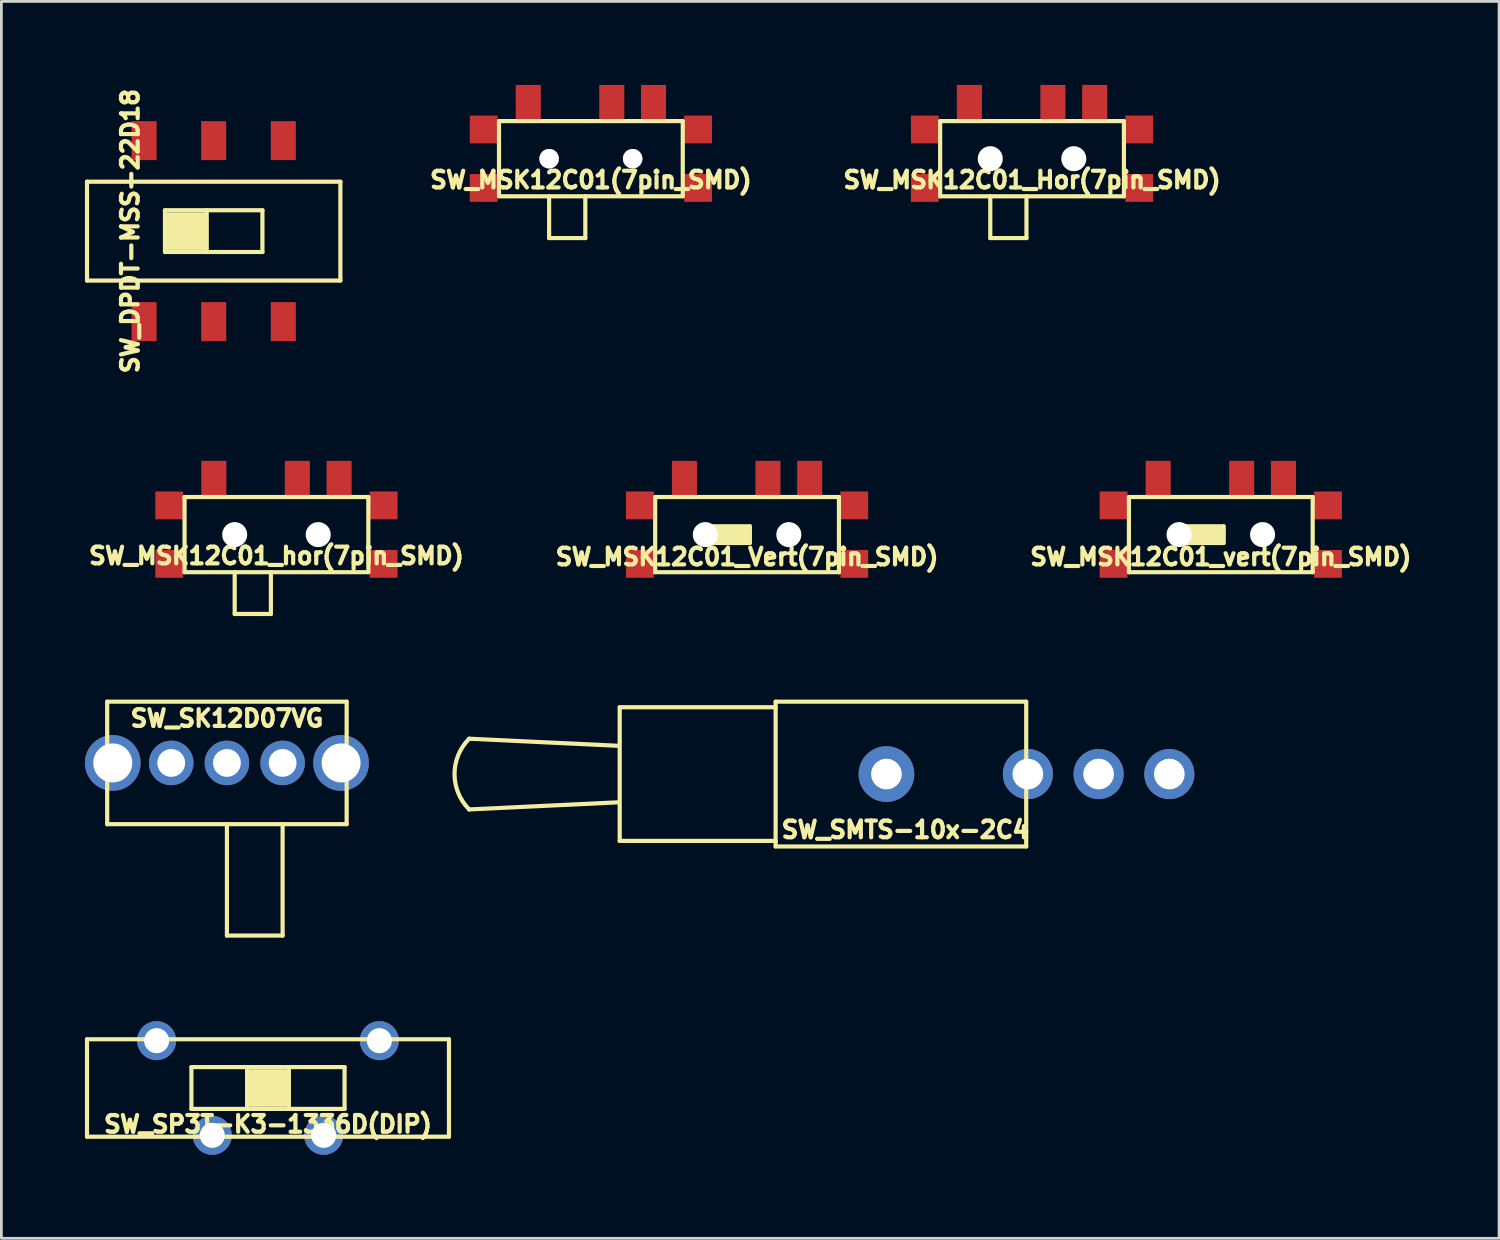
<source format=kicad_pcb>
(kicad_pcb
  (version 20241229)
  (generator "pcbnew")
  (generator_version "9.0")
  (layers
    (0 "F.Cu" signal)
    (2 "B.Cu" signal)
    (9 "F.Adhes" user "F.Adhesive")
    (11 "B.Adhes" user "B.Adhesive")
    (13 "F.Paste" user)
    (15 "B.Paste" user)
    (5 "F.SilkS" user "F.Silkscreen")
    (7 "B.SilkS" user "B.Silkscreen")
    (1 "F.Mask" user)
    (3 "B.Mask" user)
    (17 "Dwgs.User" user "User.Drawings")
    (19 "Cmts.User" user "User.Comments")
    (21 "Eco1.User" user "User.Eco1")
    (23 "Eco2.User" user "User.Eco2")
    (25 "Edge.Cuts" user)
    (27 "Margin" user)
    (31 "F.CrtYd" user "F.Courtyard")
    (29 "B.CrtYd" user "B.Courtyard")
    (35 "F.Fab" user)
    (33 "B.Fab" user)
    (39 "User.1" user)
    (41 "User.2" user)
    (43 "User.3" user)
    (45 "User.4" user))
  (footprint "SW_MSK12C01_Vert(7pin_SMD)"
    (layer "F.Cu")
    (at 23.781 16.151)
    (property "Reference" "SW_MSK12C01_Vert(7pin_SMD)" (at 0 0.8 0) (layer "F.SilkS") (effects (font (size 0.6 0.6) (thickness 0.15))))
    (attr smd)
    (fp_line (start -3.3 -1.35) (end 3.3 -1.35) (stroke (width 0.15) (type solid)) (layer "F.SilkS"))
    (fp_line (start -3.3 1.35) (end -3.3 -1.35) (stroke (width 0.15) (type solid)) (layer "F.SilkS"))
    (fp_line (start -1.5 -0.3) (end -1.5 0.3) (stroke (width 0.15) (type solid)) (layer "F.SilkS"))
    (fp_line (start -1.5 0.3) (end 0.1 0.3) (stroke (width 0.15) (type solid)) (layer "F.SilkS"))
    (fp_line (start 0.1 -0.3) (end -1.5 -0.3) (stroke (width 0.15) (type solid)) (layer "F.SilkS"))
    (fp_line (start 0.1 -0.2) (end -1.5 -0.2) (stroke (width 0.15) (type solid)) (layer "F.SilkS"))
    (fp_line (start 0.1 -0.1) (end -1.5 -0.1) (stroke (width 0.15) (type solid)) (layer "F.SilkS"))
    (fp_line (start 0.1 0) (end -1.5 0) (stroke (width 0.15) (type solid)) (layer "F.SilkS"))
    (fp_line (start 0.1 0.1) (end -1.5 0.1) (stroke (width 0.15) (type solid)) (layer "F.SilkS"))
    (fp_line (start 0.1 0.2) (end -1.5 0.2) (stroke (width 0.15) (type solid)) (layer "F.SilkS"))
    (fp_line (start 0.1 0.3) (end 0.1 -0.3) (stroke (width 0.15) (type solid)) (layer "F.SilkS"))
    (fp_line (start 3.3 -1.35) (end 3.3 1.35) (stroke (width 0.15) (type solid)) (layer "F.SilkS"))
    (fp_line (start 3.3 1.35) (end -3.3 1.35) (stroke (width 0.15) (type solid)) (layer "F.SilkS"))
    (pad "" np_thru_hole circle (at -1.5 0) (size 0.9 0.9) (drill 0.9) (layers "*.Cu" "*.Mask"))
    (pad "" np_thru_hole circle (at 1.5 0) (size 0.9 0.9) (drill 0.9) (layers "*.Cu" "*.Mask"))
    (pad "1" smd rect (at -2.25 -2) (size 0.9 1.3) (layers "F.Cu" "F.Mask" "F.Paste"))
    (pad "2" smd rect (at 0.75 -2) (size 0.9 1.3) (layers "F.Cu" "F.Mask" "F.Paste"))
    (pad "3" smd rect (at 2.25 -2) (size 0.9 1.3) (layers "F.Cu" "F.Mask" "F.Paste"))
    (pad "H" smd rect (at -3.85 -1.05) (size 1 1) (layers "F.Cu" "F.Mask" "F.Paste"))
    (pad "H" smd rect (at -3.85 1.05) (size 1 1) (layers "F.Cu" "F.Mask" "F.Paste"))
    (pad "H" smd rect (at 3.85 -1.05) (size 1 1) (layers "F.Cu" "F.Mask" "F.Paste"))
    (pad "H" smd rect (at 3.85 1.05) (size 1 1) (layers "F.Cu" "F.Mask" "F.Paste")))
  (footprint "SW_SP3T-K3-1336D(DIP)"
    (layer "F.Cu")
    (at 6.575 36.026)
    (property "Reference" "SW_SP3T-K3-1336D(DIP)" (at 0 1.3 0) (layer "F.SilkS") (effects (font (size 0.6 0.6) (thickness 0.15))))
    (attr through_hole)
    (fp_line (start -6.5 -1.75) (end 6.5 -1.75) (stroke (width 0.15) (type solid)) (layer "F.SilkS"))
    (fp_line (start -6.5 1.75) (end -6.5 -1.75) (stroke (width 0.15) (type solid)) (layer "F.SilkS"))
    (fp_line (start -2.75 -0.75) (end -2.75 0.75) (stroke (width 0.15) (type solid)) (layer "F.SilkS"))
    (fp_line (start -2.75 -0.75) (end 2.75 -0.75) (stroke (width 0.15) (type solid)) (layer "F.SilkS"))
    (fp_line (start -0.75 0.75) (end -0.75 -0.75) (stroke (width 0.15) (type solid)) (layer "F.SilkS"))
    (fp_line (start -0.7 -0.5) (end 0.7 -0.5) (stroke (width 0.15) (type solid)) (layer "F.SilkS"))
    (fp_line (start -0.7 -0.3) (end 0.7 -0.3) (stroke (width 0.15) (type solid)) (layer "F.SilkS"))
    (fp_line (start -0.7 -0.1) (end 0.7 -0.1) (stroke (width 0.15) (type solid)) (layer "F.SilkS"))
    (fp_line (start -0.7 0.1) (end 0.7 0.1) (stroke (width 0.15) (type solid)) (layer "F.SilkS"))
    (fp_line (start -0.7 0.2) (end 0.7 0.2) (stroke (width 0.15) (type solid)) (layer "F.SilkS"))
    (fp_line (start -0.7 0.5) (end 0.7 0.5) (stroke (width 0.15) (type solid)) (layer "F.SilkS"))
    (fp_line (start 0.7 -0.6) (end -0.7 -0.6) (stroke (width 0.15) (type solid)) (layer "F.SilkS"))
    (fp_line (start 0.7 -0.4) (end -0.7 -0.4) (stroke (width 0.15) (type solid)) (layer "F.SilkS"))
    (fp_line (start 0.7 -0.2) (end -0.7 -0.2) (stroke (width 0.15) (type solid)) (layer "F.SilkS"))
    (fp_line (start 0.7 0) (end -0.7 0) (stroke (width 0.15) (type solid)) (layer "F.SilkS"))
    (fp_line (start 0.7 0.3) (end -0.7 0.3) (stroke (width 0.15) (type solid)) (layer "F.SilkS"))
    (fp_line (start 0.7 0.4) (end -0.7 0.4) (stroke (width 0.15) (type solid)) (layer "F.SilkS"))
    (fp_line (start 0.7 0.6) (end -0.7 0.6) (stroke (width 0.15) (type solid)) (layer "F.SilkS"))
    (fp_line (start 0.75 -0.75) (end 0.75 0.75) (stroke (width 0.15) (type solid)) (layer "F.SilkS"))
    (fp_line (start 2.75 -0.75) (end 2.75 0.75) (stroke (width 0.15) (type solid)) (layer "F.SilkS"))
    (fp_line (start 2.75 0.75) (end -2.75 0.75) (stroke (width 0.15) (type solid)) (layer "F.SilkS"))
    (fp_line (start 6.5 -1.75) (end 6.5 1.75) (stroke (width 0.15) (type solid)) (layer "F.SilkS"))
    (fp_line (start 6.5 1.75) (end -6.5 1.75) (stroke (width 0.15) (type solid)) (layer "F.SilkS"))
    (pad "1" thru_hole circle (at -2 1.7) (size 1.4 1.4) (drill 0.9) (layers "*.Cu" "*.Mask"))
    (pad "2" thru_hole circle (at -4 -1.7) (size 1.4 1.4) (drill 0.9) (layers "*.Cu" "*.Mask"))
    (pad "3" thru_hole circle (at 2 1.7) (size 1.4 1.4) (drill 0.9) (layers "*.Cu" "*.Mask"))
    (pad "4" thru_hole circle (at 4 -1.7) (size 1.4 1.4) (drill 0.9) (layers "*.Cu" "*.Mask")))
  (footprint "SW_SMTS-10x-2C4"
    (layer "F.Cu")
    (at 33.867 24.751)
    (property "Reference" "SW_SMTS-10x-2C4" (at -4.4 2 0) (layer "F.SilkS") (effects (font (size 0.6 0.6) (thickness 0.15))))
    (attr through_hole)
    (fp_line (start -20.066 -1.27) (end -14.732 -1.016) (stroke (width 0.15) (type solid)) (layer "F.SilkS"))
    (fp_line (start -20.066 1.27) (end -14.732 1.016) (stroke (width 0.15) (type solid)) (layer "F.SilkS"))
    (fp_line (start -14.66 -2.4) (end -14.66 2.4) (stroke (width 0.15) (type solid)) (layer "F.SilkS"))
    (fp_line (start -14.66 -2.4) (end -9.06 -2.4) (stroke (width 0.15) (type solid)) (layer "F.SilkS"))
    (fp_line (start -14.66 2.4) (end -9.06 2.4) (stroke (width 0.15) (type solid)) (layer "F.SilkS"))
    (fp_line (start -9.06 -2.6) (end -9.06 2.6) (stroke (width 0.15) (type solid)) (layer "F.SilkS"))
    (fp_line (start -9.06 -2.6) (end -0.06 -2.6) (stroke (width 0.15) (type solid)) (layer "F.SilkS"))
    (fp_line (start -9.06 2.6) (end -0.06 2.6) (stroke (width 0.15) (type solid)) (layer "F.SilkS"))
    (fp_line (start -0.06 2.6) (end -0.06 -2.6) (stroke (width 0.15) (type solid)) (layer "F.SilkS"))
    (fp_arc (start -20.066 1.27) (mid -20.592051 0) (end -20.066 -1.27) (stroke (width 0.15) (type solid)) (layer "F.SilkS"))
    (pad "1" thru_hole circle (at 5.08 0) (size 1.8 1.8) (drill 1.1) (layers "*.Cu" "*.Mask"))
    (pad "2" thru_hole circle (at 2.54 0) (size 1.8 1.8) (drill 1.1) (layers "*.Cu" "*.Mask"))
    (pad "3" thru_hole circle (at 0 0) (size 1.8 1.8) (drill 1.1) (layers "*.Cu" "*.Mask"))
    (pad "H" thru_hole circle (at -5.08 0) (size 2 2) (drill 1.1) (layers "*.Cu" "*.Mask")))
  (footprint "SW_MSK12C01(7pin_SMD)"
    (layer "F.Cu")
    (at 18.172 2.65)
    (property "Reference" "SW_MSK12C01(7pin_SMD)" (at 0 0.762 0) (layer "F.SilkS") (effects (font (size 0.6 0.6) (thickness 0.15))))
    (attr smd)
    (fp_line (start -3.3 -1.35) (end 3.3 -1.35) (stroke (width 0.15) (type solid)) (layer "F.SilkS"))
    (fp_line (start -3.3 1.35) (end -3.3 -1.35) (stroke (width 0.15) (type solid)) (layer "F.SilkS"))
    (fp_line (start -1.5 1.35) (end -1.5 2.85) (stroke (width 0.15) (type solid)) (layer "F.SilkS"))
    (fp_line (start -1.5 2.85) (end -0.2 2.85) (stroke (width 0.15) (type solid)) (layer "F.SilkS"))
    (fp_line (start -0.2 1.35) (end -0.2 2.85) (stroke (width 0.15) (type solid)) (layer "F.SilkS"))
    (fp_line (start 3.3 -1.35) (end 3.3 1.35) (stroke (width 0.15) (type solid)) (layer "F.SilkS"))
    (fp_line (start 3.3 1.35) (end -3.3 1.35) (stroke (width 0.15) (type solid)) (layer "F.SilkS"))
    (pad "" thru_hole circle (at -1.5 0) (size 0.7 0.7) (drill 0.7) (layers "*.Cu" "*.Mask"))
    (pad "" thru_hole circle (at 1.5 0) (size 0.7 0.7) (drill 0.7) (layers "*.Cu" "*.Mask"))
    (pad "1" smd rect (at -2.25 -2) (size 0.9 1.3) (layers "F.Cu" "F.Mask" "F.Paste"))
    (pad "2" smd rect (at 0.75 -2) (size 0.9 1.3) (layers "F.Cu" "F.Mask" "F.Paste"))
    (pad "3" smd rect (at 2.25 -2) (size 0.9 1.3) (layers "F.Cu" "F.Mask" "F.Paste"))
    (pad "H" smd rect (at -3.85 -1.05) (size 1 1) (layers "F.Cu" "F.Mask" "F.Paste"))
    (pad "H" smd rect (at -3.85 1.05) (size 1 1) (layers "F.Cu" "F.Mask" "F.Paste"))
    (pad "H" smd rect (at 3.85 -1.05) (size 1 1) (layers "F.Cu" "F.Mask" "F.Paste"))
    (pad "H" smd rect (at 3.85 1.05) (size 1 1) (layers "F.Cu" "F.Mask" "F.Paste")))
  (footprint "SW_MSK12C01_Hor(7pin_SMD)"
    (layer "F.Cu")
    (at 34.016 2.65)
    (property "Reference" "SW_MSK12C01_Hor(7pin_SMD)" (at 0 0.762 0) (layer "F.SilkS") (effects (font (size 0.6 0.6) (thickness 0.15))))
    (attr smd)
    (fp_line (start -3.3 -1.35) (end 3.3 -1.35) (stroke (width 0.15) (type solid)) (layer "F.SilkS"))
    (fp_line (start -3.3 1.35) (end -3.3 -1.35) (stroke (width 0.15) (type solid)) (layer "F.SilkS"))
    (fp_line (start -1.5 1.35) (end -1.5 2.85) (stroke (width 0.15) (type solid)) (layer "F.SilkS"))
    (fp_line (start -1.5 2.85) (end -0.2 2.85) (stroke (width 0.15) (type solid)) (layer "F.SilkS"))
    (fp_line (start -0.2 1.35) (end -0.2 2.85) (stroke (width 0.15) (type solid)) (layer "F.SilkS"))
    (fp_line (start 3.3 -1.35) (end 3.3 1.35) (stroke (width 0.15) (type solid)) (layer "F.SilkS"))
    (fp_line (start 3.3 1.35) (end -3.3 1.35) (stroke (width 0.15) (type solid)) (layer "F.SilkS"))
    (pad "" np_thru_hole circle (at -1.5 0) (size 0.9 0.9) (drill 0.9) (layers "*.Cu" "*.Mask"))
    (pad "" np_thru_hole circle (at 1.5 0) (size 0.9 0.9) (drill 0.9) (layers "*.Cu" "*.Mask"))
    (pad "1" smd rect (at -2.25 -2) (size 0.9 1.3) (layers "F.Cu" "F.Mask" "F.Paste"))
    (pad "2" smd rect (at 0.75 -2) (size 0.9 1.3) (layers "F.Cu" "F.Mask" "F.Paste"))
    (pad "3" smd rect (at 2.25 -2) (size 0.9 1.3) (layers "F.Cu" "F.Mask" "F.Paste"))
    (pad "H" smd rect (at -3.85 -1.05) (size 1 1) (layers "F.Cu" "F.Mask" "F.Paste"))
    (pad "H" smd rect (at -3.85 1.05) (size 1 1) (layers "F.Cu" "F.Mask" "F.Paste"))
    (pad "H" smd rect (at 3.85 -1.05) (size 1 1) (layers "F.Cu" "F.Mask" "F.Paste"))
    (pad "H" smd rect (at 3.85 1.05) (size 1 1) (layers "F.Cu" "F.Mask" "F.Paste")))
  (footprint "SW_MSK12C01_hor(7pin_SMD)"
    (layer "F.Cu")
    (at 6.879 16.151)
    (property "Reference" "SW_MSK12C01_hor(7pin_SMD)" (at 0 0.762 0) (layer "F.SilkS") (effects (font (size 0.6 0.6) (thickness 0.15))))
    (attr smd)
    (fp_line (start -3.3 -1.35) (end 3.3 -1.35) (stroke (width 0.15) (type solid)) (layer "F.SilkS"))
    (fp_line (start -3.3 1.35) (end -3.3 -1.35) (stroke (width 0.15) (type solid)) (layer "F.SilkS"))
    (fp_line (start -1.5 1.35) (end -1.5 2.85) (stroke (width 0.15) (type solid)) (layer "F.SilkS"))
    (fp_line (start -1.5 2.85) (end -0.2 2.85) (stroke (width 0.15) (type solid)) (layer "F.SilkS"))
    (fp_line (start -0.2 1.35) (end -0.2 2.85) (stroke (width 0.15) (type solid)) (layer "F.SilkS"))
    (fp_line (start 3.3 -1.35) (end 3.3 1.35) (stroke (width 0.15) (type solid)) (layer "F.SilkS"))
    (fp_line (start 3.3 1.35) (end -3.3 1.35) (stroke (width 0.15) (type solid)) (layer "F.SilkS"))
    (pad "" np_thru_hole circle (at -1.5 0) (size 0.9 0.9) (drill 0.9) (layers "*.Cu" "*.Mask"))
    (pad "" np_thru_hole circle (at 1.5 0) (size 0.9 0.9) (drill 0.9) (layers "*.Cu" "*.Mask"))
    (pad "1" smd rect (at -2.25 -2) (size 0.9 1.3) (layers "F.Cu" "F.Mask" "F.Paste"))
    (pad "2" smd rect (at 0.75 -2) (size 0.9 1.3) (layers "F.Cu" "F.Mask" "F.Paste"))
    (pad "3" smd rect (at 2.25 -2) (size 0.9 1.3) (layers "F.Cu" "F.Mask" "F.Paste"))
    (pad "H" smd rect (at -3.85 -1.05) (size 1 1) (layers "F.Cu" "F.Mask" "F.Paste"))
    (pad "H" smd rect (at -3.85 1.05) (size 1 1) (layers "F.Cu" "F.Mask" "F.Paste"))
    (pad "H" smd rect (at 3.85 -1.05) (size 1 1) (layers "F.Cu" "F.Mask" "F.Paste"))
    (pad "H" smd rect (at 3.85 1.05) (size 1 1) (layers "F.Cu" "F.Mask" "F.Paste")))
  (footprint "SW_SK12D07VG"
    (layer "F.Cu")
    (at 5.1 24.351)
    (property "Reference" "SW_SK12D07VG" (at 0 -1.6 0) (layer "F.SilkS") (effects (font (size 0.6 0.6) (thickness 0.15))))
    (attr through_hole)
    (fp_line (start -4.3 -2.2) (end 4.3 -2.2) (stroke (width 0.15) (type solid)) (layer "F.SilkS"))
    (fp_line (start -4.3 2.2) (end -4.3 -2.2) (stroke (width 0.15) (type solid)) (layer "F.SilkS"))
    (fp_line (start 0 2.2) (end 0 6.2) (stroke (width 0.15) (type solid)) (layer "F.SilkS"))
    (fp_line (start 0 6.2) (end 2 6.2) (stroke (width 0.15) (type solid)) (layer "F.SilkS"))
    (fp_line (start 2 6.2) (end 2 2.2) (stroke (width 0.15) (type solid)) (layer "F.SilkS"))
    (fp_line (start 4.3 -2.2) (end 4.3 2.2) (stroke (width 0.15) (type solid)) (layer "F.SilkS"))
    (fp_line (start 4.3 2.2) (end -4.3 2.2) (stroke (width 0.15) (type solid)) (layer "F.SilkS"))
    (pad "1" thru_hole circle (at -2 0) (size 1.6 1.6) (drill 1) (layers "*.Cu" "*.Mask"))
    (pad "2" thru_hole circle (at 0 0) (size 1.6 1.6) (drill 1) (layers "*.Cu" "*.Mask"))
    (pad "3" thru_hole circle (at 2 0) (size 1.6 1.6) (drill 1) (layers "*.Cu" "*.Mask"))
    (pad "H" thru_hole circle (at -4.1 0) (size 2 2) (drill 1.4) (layers "*.Cu" "*.Mask"))
    (pad "H" thru_hole circle (at 4.1 0) (size 2 2) (drill 1.4) (layers "*.Cu" "*.Mask")))
  (footprint "SW_MSK12C01_vert(7pin_SMD)"
    (layer "F.Cu")
    (at 40.796 16.151)
    (property "Reference" "SW_MSK12C01_vert(7pin_SMD)" (at 0 0.8 0) (layer "F.SilkS") (effects (font (size 0.6 0.6) (thickness 0.15))))
    (attr smd)
    (fp_line (start -3.3 -1.35) (end 3.3 -1.35) (stroke (width 0.15) (type solid)) (layer "F.SilkS"))
    (fp_line (start -3.3 1.35) (end -3.3 -1.35) (stroke (width 0.15) (type solid)) (layer "F.SilkS"))
    (fp_line (start -1.5 -0.3) (end -1.5 0.3) (stroke (width 0.15) (type solid)) (layer "F.SilkS"))
    (fp_line (start -1.5 0.3) (end 0.1 0.3) (stroke (width 0.15) (type solid)) (layer "F.SilkS"))
    (fp_line (start 0.1 -0.3) (end -1.5 -0.3) (stroke (width 0.15) (type solid)) (layer "F.SilkS"))
    (fp_line (start 0.1 -0.2) (end -1.5 -0.2) (stroke (width 0.15) (type solid)) (layer "F.SilkS"))
    (fp_line (start 0.1 -0.1) (end -1.5 -0.1) (stroke (width 0.15) (type solid)) (layer "F.SilkS"))
    (fp_line (start 0.1 0) (end -1.5 0) (stroke (width 0.15) (type solid)) (layer "F.SilkS"))
    (fp_line (start 0.1 0.1) (end -1.5 0.1) (stroke (width 0.15) (type solid)) (layer "F.SilkS"))
    (fp_line (start 0.1 0.2) (end -1.5 0.2) (stroke (width 0.15) (type solid)) (layer "F.SilkS"))
    (fp_line (start 0.1 0.3) (end 0.1 -0.3) (stroke (width 0.15) (type solid)) (layer "F.SilkS"))
    (fp_line (start 3.3 -1.35) (end 3.3 1.35) (stroke (width 0.15) (type solid)) (layer "F.SilkS"))
    (fp_line (start 3.3 1.35) (end -3.3 1.35) (stroke (width 0.15) (type solid)) (layer "F.SilkS"))
    (pad "" np_thru_hole circle (at -1.5 0) (size 0.9 0.9) (drill 0.9) (layers "*.Cu" "*.Mask"))
    (pad "" np_thru_hole circle (at 1.5 0) (size 0.9 0.9) (drill 0.9) (layers "*.Cu" "*.Mask"))
    (pad "1" smd rect (at -2.25 -2) (size 0.9 1.3) (layers "F.Cu" "F.Mask" "F.Paste"))
    (pad "2" smd rect (at 0.75 -2) (size 0.9 1.3) (layers "F.Cu" "F.Mask" "F.Paste"))
    (pad "3" smd rect (at 2.25 -2) (size 0.9 1.3) (layers "F.Cu" "F.Mask" "F.Paste"))
    (pad "H" smd rect (at -3.85 -1.05) (size 1 1) (layers "F.Cu" "F.Mask" "F.Paste"))
    (pad "H" smd rect (at -3.85 1.05) (size 1 1) (layers "F.Cu" "F.Mask" "F.Paste"))
    (pad "H" smd rect (at 3.85 -1.05) (size 1 1) (layers "F.Cu" "F.Mask" "F.Paste"))
    (pad "H" smd rect (at 3.85 1.05) (size 1 1) (layers "F.Cu" "F.Mask" "F.Paste")))
  (footprint "SW_DPDT-MSS-22D18"
    (layer "F.Cu")
    (at 4.625 5.251)
    (property "Reference" "SW_DPDT-MSS-22D18" (at -3 0 90) (layer "F.SilkS") (effects (font (size 0.6 0.6) (thickness 0.15))))
    (attr smd)
    (fp_line (start -4.55 -1.775) (end 4.55 -1.775) (stroke (width 0.15) (type solid)) (layer "F.SilkS"))
    (fp_line (start -4.55 1.775) (end -4.55 -1.775) (stroke (width 0.15) (type solid)) (layer "F.SilkS"))
    (fp_line (start -1.75 -0.75) (end -1.75 0.75) (stroke (width 0.15) (type solid)) (layer "F.SilkS"))
    (fp_line (start -1.7 -0.5) (end -0.3 -0.5) (stroke (width 0.15) (type solid)) (layer "F.SilkS"))
    (fp_line (start -1.7 -0.3) (end -0.3 -0.3) (stroke (width 0.15) (type solid)) (layer "F.SilkS"))
    (fp_line (start -1.7 -0.1) (end -0.3 -0.1) (stroke (width 0.15) (type solid)) (layer "F.SilkS"))
    (fp_line (start -1.7 0.1) (end -0.3 0.1) (stroke (width 0.15) (type solid)) (layer "F.SilkS"))
    (fp_line (start -1.7 0.3) (end -0.3 0.3) (stroke (width 0.15) (type solid)) (layer "F.SilkS"))
    (fp_line (start -1.7 0.5) (end -0.3 0.5) (stroke (width 0.15) (type solid)) (layer "F.SilkS"))
    (fp_line (start -1.7 0.6) (end -0.3 0.6) (stroke (width 0.15) (type solid)) (layer "F.SilkS"))
    (fp_line (start -0.3 -0.6) (end -1.7 -0.6) (stroke (width 0.15) (type solid)) (layer "F.SilkS"))
    (fp_line (start -0.3 -0.4) (end -1.7 -0.4) (stroke (width 0.15) (type solid)) (layer "F.SilkS"))
    (fp_line (start -0.3 -0.2) (end -1.7 -0.2) (stroke (width 0.15) (type solid)) (layer "F.SilkS"))
    (fp_line (start -0.3 0) (end -1.7 0) (stroke (width 0.15) (type solid)) (layer "F.SilkS"))
    (fp_line (start -0.3 0.2) (end -1.7 0.2) (stroke (width 0.15) (type solid)) (layer "F.SilkS"))
    (fp_line (start -0.3 0.4) (end -1.7 0.4) (stroke (width 0.15) (type solid)) (layer "F.SilkS"))
    (fp_line (start -0.25 0.75) (end -0.25 -0.75) (stroke (width 0.15) (type solid)) (layer "F.SilkS"))
    (fp_line (start 1.75 -0.75) (end -1.75 -0.75) (stroke (width 0.15) (type solid)) (layer "F.SilkS"))
    (fp_line (start 1.75 0.75) (end -1.75 0.75) (stroke (width 0.15) (type solid)) (layer "F.SilkS"))
    (fp_line (start 1.75 0.75) (end 1.75 -0.75) (stroke (width 0.15) (type solid)) (layer "F.SilkS"))
    (fp_line (start 4.55 -1.775) (end 4.55 1.775) (stroke (width 0.15) (type solid)) (layer "F.SilkS"))
    (fp_line (start 4.55 1.775) (end -4.55 1.775) (stroke (width 0.15) (type solid)) (layer "F.SilkS"))
    (pad "1" smd rect (at -2.5 -3.25) (size 0.9 1.4) (layers "F.Cu" "F.Mask" "F.Paste"))
    (pad "2" smd rect (at 0 -3.25) (size 0.9 1.4) (layers "F.Cu" "F.Mask" "F.Paste"))
    (pad "3" smd rect (at 2.5 -3.25) (size 0.9 1.4) (layers "F.Cu" "F.Mask" "F.Paste"))
    (pad "4" smd rect (at -2.5 3.25) (size 0.9 1.4) (layers "F.Cu" "F.Mask" "F.Paste"))
    (pad "5" smd rect (at 0 3.25) (size 0.9 1.4) (layers "F.Cu" "F.Mask" "F.Paste"))
    (pad "6" smd rect (at 2.5 3.25) (size 0.9 1.4) (layers "F.Cu" "F.Mask" "F.Paste")))
  (gr_rect
    (start -3 -3)
    (end 50.79 41.426)
    (stroke (width 0.1) (type default))
    (fill no)
    (layer "Edge.Cuts")))
</source>
